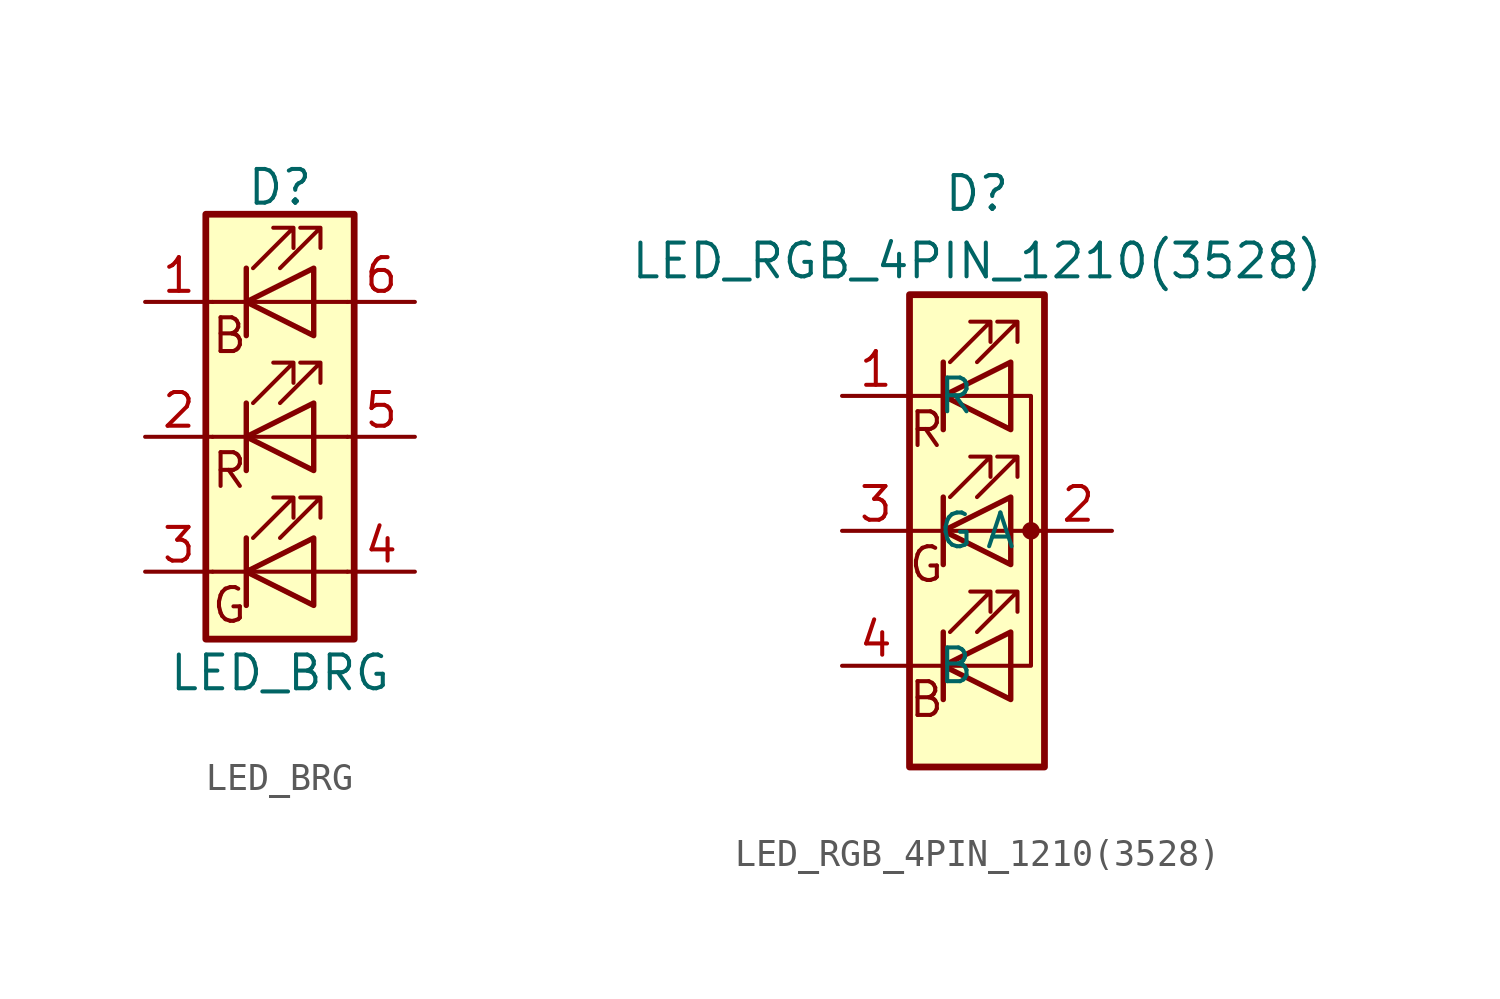
<source format=kicad_sym>
(kicad_symbol_lib
  (version 20211014)
  (generator kicad_symbol_editor)
  (symbol "LED_BRG"
    (pin_names
      (offset 0) hide)
    (property "Reference" "D"
      (at 0 9.398 0)
      (effects (font (size 1.27 1.27))))
    (property "Value" "LED_BRG"
      (at 0 -8.89 0)
      (effects (font (size 1.27 1.27))))
    (symbol "LED_BRG_0_0"
      (text "B" (at -1.905 3.81 0) (effects (font (size 1.27 1.27))))
      (text "G" (at -1.905 -6.35 0) (effects (font (size 1.27 1.27))))
      (text "R" (at -1.905 -1.27 0) (effects (font (size 1.27 1.27)))))
    (symbol "LED_BRG_0_1"
      (polyline (pts (xy -1.27 -5.08) (xy -2.54 -5.08)) (stroke (width 0) (type default) (color 0 0 0 0)) (fill (type none)))
      (polyline (pts (xy -1.27 -5.08) (xy 1.27 -5.08)) (stroke (width 0) (type default) (color 0 0 0 0)) (fill (type none)))
      (polyline (pts (xy -1.27 -3.81) (xy -1.27 -6.35)) (stroke (width 0) (type default) (color 0 0 0 0)) (fill (type none)))
      (polyline (pts (xy -1.27 -3.81) (xy -1.27 -6.35)) (stroke (width 0.203) (type default) (color 0 0 0 0)) (fill (type none)))
      (polyline (pts (xy -1.27 0) (xy -2.54 0)) (stroke (width 0) (type default) (color 0 0 0 0)) (fill (type none)))
      (polyline (pts (xy -1.27 1.27) (xy -1.27 -1.27)) (stroke (width 0.203) (type default) (color 0 0 0 0)) (fill (type none)))
      (polyline (pts (xy -1.27 5.08) (xy -2.54 5.08)) (stroke (width 0) (type default) (color 0 0 0 0)) (fill (type none)))
      (polyline (pts (xy -1.27 5.08) (xy 1.27 5.08)) (stroke (width 0) (type default) (color 0 0 0 0)) (fill (type none)))
      (polyline (pts (xy -1.27 6.35) (xy -1.27 3.81)) (stroke (width 0.203) (type default) (color 0 0 0 0)) (fill (type none)))
      (polyline (pts (xy 1.27 -5.08) (xy 2.54 -5.08)) (stroke (width 0) (type default) (color 0 0 0 0)) (fill (type none)))
      (polyline (pts (xy 1.27 0) (xy -1.27 0)) (stroke (width 0) (type default) (color 0 0 0 0)) (fill (type none)))
      (polyline (pts (xy 1.27 0) (xy 2.54 0)) (stroke (width 0) (type default) (color 0 0 0 0)) (fill (type none)))
      (polyline (pts (xy 1.27 5.08) (xy 2.54 5.08)) (stroke (width 0) (type default) (color 0 0 0 0)) (fill (type none)))
      (polyline (pts (xy -1.27 1.27) (xy -1.27 -1.27) (xy -1.27 -1.27)) (stroke (width 0) (type default) (color 0 0 0 0)) (fill (type none)))
      (polyline (pts (xy -1.27 6.35) (xy -1.27 3.81) (xy -1.27 3.81)) (stroke (width 0) (type default) (color 0 0 0 0)) (fill (type none)))
      (polyline (pts (xy 1.27 -3.81) (xy 1.27 -6.35) (xy -1.27 -5.08) (xy 1.27 -3.81)) (stroke (width 0.203) (type default) (color 0 0 0 0)) (fill (type none)))
      (polyline (pts (xy 1.27 1.27) (xy 1.27 -1.27) (xy -1.27 0) (xy 1.27 1.27)) (stroke (width 0.203) (type default) (color 0 0 0 0)) (fill (type none)))
      (polyline (pts (xy 1.27 6.35) (xy 1.27 3.81) (xy -1.27 5.08) (xy 1.27 6.35)) (stroke (width 0.203) (type default) (color 0 0 0 0)) (fill (type none)))
      (polyline (pts (xy -1.016 -3.81) (xy 0.508 -2.286) (xy -0.254 -2.286) (xy 0.508 -2.286) (xy 0.508 -3.048)) (stroke (width 0) (type default) (color 0 0 0 0)) (fill (type none)))
      (polyline (pts (xy -1.016 1.27) (xy 0.508 2.794) (xy -0.254 2.794) (xy 0.508 2.794) (xy 0.508 2.032)) (stroke (width 0) (type default) (color 0 0 0 0)) (fill (type none)))
      (polyline (pts (xy -1.016 6.35) (xy 0.508 7.874) (xy -0.254 7.874) (xy 0.508 7.874) (xy 0.508 7.112)) (stroke (width 0) (type default) (color 0 0 0 0)) (fill (type none)))
      (polyline (pts (xy 0 -3.81) (xy 1.524 -2.286) (xy 0.762 -2.286) (xy 1.524 -2.286) (xy 1.524 -3.048)) (stroke (width 0) (type default) (color 0 0 0 0)) (fill (type none)))
      (polyline (pts (xy 0 1.27) (xy 1.524 2.794) (xy 0.762 2.794) (xy 1.524 2.794) (xy 1.524 2.032)) (stroke (width 0) (type default) (color 0 0 0 0)) (fill (type none)))
      (polyline (pts (xy 0 6.35) (xy 1.524 7.874) (xy 0.762 7.874) (xy 1.524 7.874) (xy 1.524 7.112)) (stroke (width 0) (type default) (color 0 0 0 0)) (fill (type none)))
      (rectangle (start 1.27 -1.27) (end 1.27 1.27) (stroke (width 0) (type default) (color 0 0 0 0)) (fill (type none)))
      (rectangle (start 1.27 1.27) (end 1.27 1.27) (stroke (width 0) (type default) (color 0 0 0 0)) (fill (type none)))
      (rectangle (start 1.27 3.81) (end 1.27 6.35) (stroke (width 0) (type default) (color 0 0 0 0)) (fill (type none)))
      (rectangle (start 1.27 6.35) (end 1.27 6.35) (stroke (width 0) (type default) (color 0 0 0 0)) (fill (type none)))
      (rectangle (start 2.794 8.382) (end -2.794 -7.62) (stroke (width 0.254) (type default) (color 0 0 0 0)) (fill (type background))))
    (symbol "LED_BRG_1_1"
      (pin passive line (at -5.08 5.08 0) (length 2.54) (name "RK" (effects (font (size 1.27 1.27)))) (number "1" (effects (font (size 1.27 1.27)))))
      (pin passive line (at -5.08 0 0) (length 2.54) (name "GK" (effects (font (size 1.27 1.27)))) (number "2" (effects (font (size 1.27 1.27)))))
      (pin passive line (at -5.08 -5.08 0) (length 2.54) (name "BK" (effects (font (size 1.27 1.27)))) (number "3" (effects (font (size 1.27 1.27)))))
      (pin passive line (at 5.08 -5.08 180) (length 2.54) (name "BA" (effects (font (size 1.27 1.27)))) (number "4" (effects (font (size 1.27 1.27)))))
      (pin passive line (at 5.08 0 180) (length 2.54) (name "GA" (effects (font (size 1.27 1.27)))) (number "5" (effects (font (size 1.27 1.27)))))
      (pin passive line (at 5.08 5.08 180) (length 2.54) (name "RA" (effects (font (size 1.27 1.27)))) (number "6" (effects (font (size 1.27 1.27)))))))
  (symbol "LED_RGB_4PIN_1210(3528)"
    (pin_names
      (offset 1.016))
    (property "Reference" "D"
      (at 0 12.7 0)
      (effects (font (size 1.27 1.27))))
    (property "Value" "LED_RGB_4PIN_1210(3528)"
      (at 0 10.16 0)
      (effects (font (size 1.27 1.27))))
    (symbol "LED_RGB_4PIN_1210(3528)_1_1"
      (rectangle (start -2.54 -8.89) (end 2.54 8.89) (stroke (width 0.254) (type default) (color 0 0 0 0)) (fill (type background)))
      (polyline (pts (xy -2.54 -5.08) (xy 1.27 -5.08)) (stroke (width 0) (type default) (color 0 0 0 0)) (fill (type none)))
      (polyline (pts (xy -1.27 -3.81) (xy -1.27 -6.35)) (stroke (width 0.203) (type default) (color 0 0 0 0)) (fill (type none)))
      (polyline (pts (xy -1.27 1.27) (xy -1.27 -1.27)) (stroke (width 0.203) (type default) (color 0 0 0 0)) (fill (type none)))
      (polyline (pts (xy -1.27 6.35) (xy -1.27 3.81)) (stroke (width 0.203) (type default) (color 0 0 0 0)) (fill (type none)))
      (polyline (pts (xy 1.27 5.08) (xy -2.54 5.08)) (stroke (width 0) (type default) (color 0 0 0 0)) (fill (type none)))
      (polyline (pts (xy 2.54 0) (xy -2.54 0)) (stroke (width 0) (type default) (color 0 0 0 0)) (fill (type none)))
      (polyline (pts (xy 1.27 -5.08) (xy 2.032 -5.08) (xy 2.032 5.08) (xy 1.27 5.08)) (stroke (width 0) (type default) (color 0 0 0 0)) (fill (type none)))
      (polyline (pts (xy 1.27 -3.81) (xy 1.27 -6.35) (xy -1.27 -5.08) (xy 1.27 -3.81)) (stroke (width 0.203) (type default) (color 0 0 0 0)) (fill (type none)))
      (polyline (pts (xy 1.27 1.27) (xy 1.27 -1.27) (xy -1.27 0) (xy 1.27 1.27)) (stroke (width 0.203) (type default) (color 0 0 0 0)) (fill (type none)))
      (polyline (pts (xy 1.27 6.35) (xy 1.27 3.81) (xy -1.27 5.08) (xy 1.27 6.35)) (stroke (width 0.203) (type default) (color 0 0 0 0)) (fill (type none)))
      (polyline (pts (xy -1.016 -3.81) (xy 0.508 -2.286) (xy -0.254 -2.286) (xy 0.508 -2.286) (xy 0.508 -3.048)) (stroke (width 0) (type default) (color 0 0 0 0)) (fill (type none)))
      (polyline (pts (xy -1.016 1.27) (xy 0.508 2.794) (xy -0.254 2.794) (xy 0.508 2.794) (xy 0.508 2.032)) (stroke (width 0) (type default) (color 0 0 0 0)) (fill (type none)))
      (polyline (pts (xy -1.016 6.35) (xy 0.508 7.874) (xy -0.254 7.874) (xy 0.508 7.874) (xy 0.508 7.112)) (stroke (width 0) (type default) (color 0 0 0 0)) (fill (type none)))
      (polyline (pts (xy 0 -3.81) (xy 1.524 -2.286) (xy 0.762 -2.286) (xy 1.524 -2.286) (xy 1.524 -3.048)) (stroke (width 0) (type default) (color 0 0 0 0)) (fill (type none)))
      (polyline (pts (xy 0 1.27) (xy 1.524 2.794) (xy 0.762 2.794) (xy 1.524 2.794) (xy 1.524 2.032)) (stroke (width 0) (type default) (color 0 0 0 0)) (fill (type none)))
      (polyline (pts (xy 0 6.35) (xy 1.524 7.874) (xy 0.762 7.874) (xy 1.524 7.874) (xy 1.524 7.112)) (stroke (width 0) (type default) (color 0 0 0 0)) (fill (type none)))
      (rectangle (start 1.27 6.35) (end 1.27 6.35) (stroke (width 0) (type default) (color 0 0 0 0)) (fill (type none)))
      (circle (center 2.032 0) (radius 0.254) (stroke (width 0) (type default) (color 0 0 0 0)) (fill (type outline)))
      (text "B" (at -1.905 -6.35 0) (effects (font (size 1.27 1.27))))
      (text "G" (at -1.905 -1.27 0) (effects (font (size 1.27 1.27))))
      (text "R" (at -1.905 3.81 0) (effects (font (size 1.27 1.27))))
      (pin input line (at -5.08 5.08 0) (length 2.54) (name "R" (effects (font (size 1.27 1.27)))) (number "1" (effects (font (size 1.27 1.27)))))
      (pin power_in line (at 5.08 0 180) (length 2.54) (name "A" (effects (font (size 1.27 1.27)))) (number "2" (effects (font (size 1.27 1.27)))))
      (pin input line (at -5.08 0 0) (length 2.54) (name "G" (effects (font (size 1.27 1.27)))) (number "3" (effects (font (size 1.27 1.27)))))
      (pin input line (at -5.08 -5.08 0) (length 2.54) (name "B" (effects (font (size 1.27 1.27)))) (number "4" (effects (font (size 1.27 1.27))))))))
</source>
